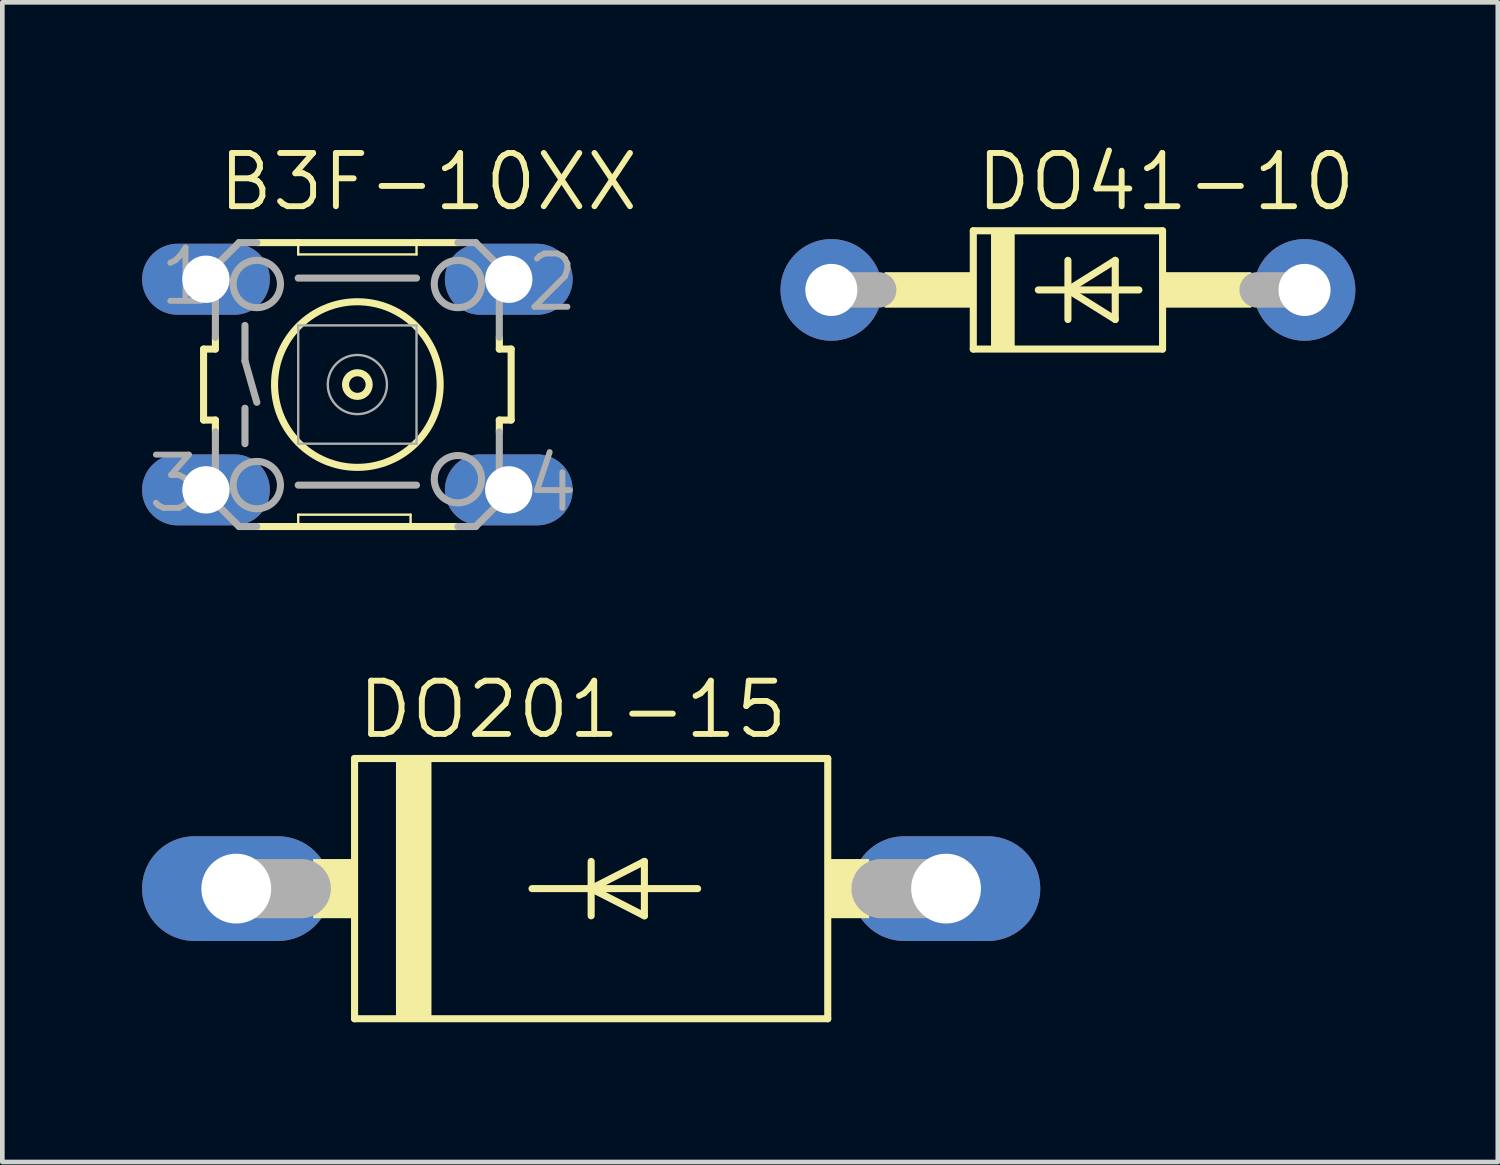
<source format=kicad_pcb>
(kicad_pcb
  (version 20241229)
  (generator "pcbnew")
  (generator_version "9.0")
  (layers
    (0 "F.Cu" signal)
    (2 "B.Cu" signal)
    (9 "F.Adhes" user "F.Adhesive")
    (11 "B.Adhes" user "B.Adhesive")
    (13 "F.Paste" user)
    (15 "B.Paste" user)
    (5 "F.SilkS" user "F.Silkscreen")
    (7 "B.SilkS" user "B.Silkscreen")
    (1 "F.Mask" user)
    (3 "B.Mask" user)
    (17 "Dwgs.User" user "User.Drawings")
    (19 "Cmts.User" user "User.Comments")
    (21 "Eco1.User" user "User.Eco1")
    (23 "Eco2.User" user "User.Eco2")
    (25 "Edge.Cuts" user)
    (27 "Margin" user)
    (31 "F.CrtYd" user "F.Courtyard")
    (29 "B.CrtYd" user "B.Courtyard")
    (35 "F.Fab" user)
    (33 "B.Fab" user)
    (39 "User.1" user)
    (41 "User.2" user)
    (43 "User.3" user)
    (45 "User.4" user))
  (footprint "DO41-10"
    (layer "F.Cu")
    (at 19.88 3.175)
    (property "Reference" "DO41-10" (at -2.032 -1.651 0) (layer "F.SilkS") (effects (font (size 1.143 1.143) (thickness 0.127)) (justify left bottom)))
    (fp_line (start -2.032 -1.27) (end -2.032 1.27) (stroke (width 0.152) (type solid)) (layer "F.SilkS"))
    (fp_line (start -2.032 -1.27) (end 2.032 -1.27) (stroke (width 0.152) (type solid)) (layer "F.SilkS"))
    (fp_line (start -0.635 0) (end 0 0) (stroke (width 0.152) (type solid)) (layer "F.SilkS"))
    (fp_line (start 0 -0.635) (end 0 0) (stroke (width 0.152) (type solid)) (layer "F.SilkS"))
    (fp_line (start 0 0) (end 0 0.635) (stroke (width 0.152) (type solid)) (layer "F.SilkS"))
    (fp_line (start 0 0) (end 1.016 -0.635) (stroke (width 0.152) (type solid)) (layer "F.SilkS"))
    (fp_line (start 0 0) (end 1.524 0) (stroke (width 0.152) (type solid)) (layer "F.SilkS"))
    (fp_line (start 1.016 -0.635) (end 1.016 0.635) (stroke (width 0.152) (type solid)) (layer "F.SilkS"))
    (fp_line (start 1.016 0.635) (end 0 0) (stroke (width 0.152) (type solid)) (layer "F.SilkS"))
    (fp_line (start 2.032 1.27) (end -2.032 1.27) (stroke (width 0.152) (type solid)) (layer "F.SilkS"))
    (fp_line (start 2.032 1.27) (end 2.032 -1.27) (stroke (width 0.152) (type solid)) (layer "F.SilkS"))
    (fp_poly (pts (xy -3.937 0.381) (xy -2.032 0.381) (xy -2.032 -0.381) (xy -3.937 -0.381)) (stroke (width 0) (type default)) (fill yes) (layer "F.SilkS"))
    (fp_poly (pts (xy -1.651 1.27) (xy -1.143 1.27) (xy -1.143 -1.27) (xy -1.651 -1.27)) (stroke (width 0) (type default)) (fill yes) (layer "F.SilkS"))
    (fp_poly (pts (xy 2.032 0.381) (xy 3.937 0.381) (xy 3.937 -0.381) (xy 2.032 -0.381)) (stroke (width 0) (type default)) (fill yes) (layer "F.SilkS"))
    (fp_line (start -5.08 0) (end -4.064 0) (stroke (width 0.762) (type solid)) (layer "F.Fab"))
    (fp_line (start 5.08 0) (end 4.064 0) (stroke (width 0.762) (type solid)) (layer "F.Fab"))
    (pad "A" thru_hole circle (at 5.08 0) (size 2.184 2.184) (drill 1.118) (layers "*.Cu" "*.Mask"))
    (pad "C" thru_hole circle (at -5.08 0) (size 2.184 2.184) (drill 1.118) (layers "*.Cu" "*.Mask")))
  (footprint "DO201-15"
    (layer "F.Cu")
    (at 9.643 16.03)
    (property "Reference" "DO201-15" (at -5.08 -3.175 0) (layer "F.SilkS") (effects (font (size 1.143 1.143) (thickness 0.127)) (justify left bottom)))
    (fp_line (start -5.08 -2.794) (end 5.08 -2.794) (stroke (width 0.152) (type solid)) (layer "F.SilkS"))
    (fp_line (start -5.08 2.794) (end -5.08 -2.794) (stroke (width 0.152) (type solid)) (layer "F.SilkS"))
    (fp_line (start -1.27 0) (end 0 0) (stroke (width 0.152) (type solid)) (layer "F.SilkS"))
    (fp_line (start 0 -0.584) (end 0 0) (stroke (width 0.152) (type solid)) (layer "F.SilkS"))
    (fp_line (start 0 0) (end 0 0.584) (stroke (width 0.152) (type solid)) (layer "F.SilkS"))
    (fp_line (start 0 0) (end 1.143 -0.584) (stroke (width 0.152) (type solid)) (layer "F.SilkS"))
    (fp_line (start 0 0) (end 2.286 0) (stroke (width 0.152) (type solid)) (layer "F.SilkS"))
    (fp_line (start 1.143 -0.584) (end 1.143 0.584) (stroke (width 0.152) (type solid)) (layer "F.SilkS"))
    (fp_line (start 1.143 0.584) (end 0 0) (stroke (width 0.152) (type solid)) (layer "F.SilkS"))
    (fp_line (start 5.08 -2.794) (end 5.08 2.794) (stroke (width 0.152) (type solid)) (layer "F.SilkS"))
    (fp_line (start 5.08 2.794) (end -5.08 2.794) (stroke (width 0.152) (type solid)) (layer "F.SilkS"))
    (fp_poly (pts (xy -5.969 0.635) (xy -5.08 0.635) (xy -5.08 -0.635) (xy -5.969 -0.635)) (stroke (width 0) (type default)) (fill yes) (layer "F.SilkS"))
    (fp_poly (pts (xy -4.191 2.794) (xy -3.429 2.794) (xy -3.429 -2.794) (xy -4.191 -2.794)) (stroke (width 0) (type default)) (fill yes) (layer "F.SilkS"))
    (fp_poly (pts (xy 5.08 0.635) (xy 5.969 0.635) (xy 5.969 -0.635) (xy 5.08 -0.635)) (stroke (width 0) (type default)) (fill yes) (layer "F.SilkS"))
    (fp_line (start -7.62 0) (end -6.223 0) (stroke (width 1.27) (type solid)) (layer "F.Fab"))
    (fp_line (start 7.62 0) (end 6.223 0) (stroke (width 1.27) (type solid)) (layer "F.Fab"))
    (pad "A" thru_hole oval (at 7.62 0) (size 4.046 2.248) (drill 1.499) (layers "*.Cu" "*.Mask"))
    (pad "C" thru_hole oval (at -7.62 0) (size 4.046 2.248) (drill 1.499) (layers "*.Cu" "*.Mask")))
  (footprint "B3F-10XX"
    (layer "F.Cu")
    (at 4.623 5.207)
    (property "Reference" "B3F-10XX" (at -3.048 -3.683 0) (layer "F.SilkS") (effects (font (size 1.143 1.143) (thickness 0.127)) (justify left bottom)))
    (fp_line (start -3.302 -0.762) (end -3.302 0.762) (stroke (width 0.152) (type solid)) (layer "F.SilkS"))
    (fp_line (start -3.302 -0.762) (end -3.048 -0.762) (stroke (width 0.152) (type solid)) (layer "F.SilkS"))
    (fp_line (start -3.048 -0.762) (end -3.048 -1.016) (stroke (width 0.152) (type solid)) (layer "F.SilkS"))
    (fp_line (start -3.048 0.762) (end -3.302 0.762) (stroke (width 0.152) (type solid)) (layer "F.SilkS"))
    (fp_line (start -3.048 0.762) (end -3.048 1.016) (stroke (width 0.152) (type solid)) (layer "F.SilkS"))
    (fp_line (start -2.159 3.048) (end -1.27 3.048) (stroke (width 0.152) (type solid)) (layer "F.SilkS"))
    (fp_line (start -1.27 -3.048) (end -2.159 -3.048) (stroke (width 0.152) (type solid)) (layer "F.SilkS"))
    (fp_line (start -1.27 -3.048) (end -1.27 -2.794) (stroke (width 0.051) (type solid)) (layer "F.SilkS"))
    (fp_line (start -1.27 2.794) (end -1.27 3.048) (stroke (width 0.051) (type solid)) (layer "F.SilkS"))
    (fp_line (start -1.27 3.048) (end 1.143 3.048) (stroke (width 0.152) (type solid)) (layer "F.SilkS"))
    (fp_line (start 1.143 2.794) (end -1.27 2.794) (stroke (width 0.051) (type solid)) (layer "F.SilkS"))
    (fp_line (start 1.143 2.794) (end 1.143 3.048) (stroke (width 0.051) (type solid)) (layer "F.SilkS"))
    (fp_line (start 1.143 3.048) (end 2.159 3.048) (stroke (width 0.152) (type solid)) (layer "F.SilkS"))
    (fp_line (start 1.27 -3.048) (end -1.27 -3.048) (stroke (width 0.152) (type solid)) (layer "F.SilkS"))
    (fp_line (start 1.27 -2.794) (end -1.27 -2.794) (stroke (width 0.051) (type solid)) (layer "F.SilkS"))
    (fp_line (start 1.27 -2.794) (end 1.27 -3.048) (stroke (width 0.051) (type solid)) (layer "F.SilkS"))
    (fp_line (start 2.159 -3.048) (end 1.27 -3.048) (stroke (width 0.152) (type solid)) (layer "F.SilkS"))
    (fp_line (start 3.048 -0.762) (end 3.048 -1.016) (stroke (width 0.152) (type solid)) (layer "F.SilkS"))
    (fp_line (start 3.048 -0.762) (end 3.302 -0.762) (stroke (width 0.152) (type solid)) (layer "F.SilkS"))
    (fp_line (start 3.048 0.762) (end 3.048 1.016) (stroke (width 0.152) (type solid)) (layer "F.SilkS"))
    (fp_line (start 3.302 0.762) (end 3.048 0.762) (stroke (width 0.152) (type solid)) (layer "F.SilkS"))
    (fp_line (start 3.302 0.762) (end 3.302 -0.762) (stroke (width 0.152) (type solid)) (layer "F.SilkS"))
    (fp_circle (center 0 0) (end 0.254 0) (stroke (width 0.152) (type solid)) (fill no) (layer "F.SilkS"))
    (fp_circle (center 0 0) (end 1.778 0) (stroke (width 0.152) (type solid)) (fill no) (layer "F.SilkS"))
    (fp_line (start -3.048 -2.54) (end -3.048 -1.016) (stroke (width 0.152) (type solid)) (layer "F.Fab"))
    (fp_line (start -3.048 2.54) (end -3.048 1.016) (stroke (width 0.152) (type solid)) (layer "F.Fab"))
    (fp_line (start -2.54 -3.048) (end -3.048 -2.54) (stroke (width 0.152) (type solid)) (layer "F.Fab"))
    (fp_line (start -2.54 -3.048) (end -2.159 -3.048) (stroke (width 0.152) (type solid)) (layer "F.Fab"))
    (fp_line (start -2.54 3.048) (end -3.048 2.54) (stroke (width 0.152) (type solid)) (layer "F.Fab"))
    (fp_line (start -2.54 3.048) (end -2.159 3.048) (stroke (width 0.152) (type solid)) (layer "F.Fab"))
    (fp_line (start -2.413 -1.27) (end -2.413 -0.508) (stroke (width 0.152) (type solid)) (layer "F.Fab"))
    (fp_line (start -2.413 -0.508) (end -2.159 0.381) (stroke (width 0.152) (type solid)) (layer "F.Fab"))
    (fp_line (start -2.413 0.508) (end -2.413 1.27) (stroke (width 0.152) (type solid)) (layer "F.Fab"))
    (fp_line (start -1.27 -1.27) (end -1.27 1.27) (stroke (width 0.051) (type solid)) (layer "F.Fab"))
    (fp_line (start -1.27 -1.27) (end 1.27 -1.27) (stroke (width 0.051) (type solid)) (layer "F.Fab"))
    (fp_line (start -1.27 2.159) (end 1.27 2.159) (stroke (width 0.152) (type solid)) (layer "F.Fab"))
    (fp_line (start 1.27 -2.286) (end -1.27 -2.286) (stroke (width 0.152) (type solid)) (layer "F.Fab"))
    (fp_line (start 1.27 1.27) (end -1.27 1.27) (stroke (width 0.051) (type solid)) (layer "F.Fab"))
    (fp_line (start 1.27 1.27) (end 1.27 -1.27) (stroke (width 0.051) (type solid)) (layer "F.Fab"))
    (fp_line (start 2.54 -3.048) (end 2.159 -3.048) (stroke (width 0.152) (type solid)) (layer "F.Fab"))
    (fp_line (start 2.54 3.048) (end 2.159 3.048) (stroke (width 0.152) (type solid)) (layer "F.Fab"))
    (fp_line (start 2.54 3.048) (end 3.048 2.54) (stroke (width 0.152) (type solid)) (layer "F.Fab"))
    (fp_line (start 3.048 -2.54) (end 2.54 -3.048) (stroke (width 0.152) (type solid)) (layer "F.Fab"))
    (fp_line (start 3.048 -1.016) (end 3.048 -2.54) (stroke (width 0.152) (type solid)) (layer "F.Fab"))
    (fp_line (start 3.048 2.54) (end 3.048 1.016) (stroke (width 0.152) (type solid)) (layer "F.Fab"))
    (fp_circle (center -2.159 -2.159) (end -1.651 -2.159) (stroke (width 0.152) (type solid)) (fill no) (layer "F.Fab"))
    (fp_circle (center -2.159 2.159) (end -1.651 2.159) (stroke (width 0.152) (type solid)) (fill no) (layer "F.Fab"))
    (fp_circle (center 0 0) (end 0.635 0) (stroke (width 0.051) (type solid)) (fill no) (layer "F.Fab"))
    (fp_circle (center 2.159 -2.159) (end 2.667 -2.159) (stroke (width 0.152) (type solid)) (fill no) (layer "F.Fab"))
    (fp_circle (center 2.159 2.032) (end 2.667 2.032) (stroke (width 0.152) (type solid)) (fill no) (layer "F.Fab"))
    (fp_text user "4" (at 3.556 2.794 0) (layer "F.Fab") (effects (font (size 1.143 1.143) (thickness 0.127)) (justify left bottom)))
    (fp_text user "3" (at -4.572 2.794 0) (layer "F.Fab") (effects (font (size 1.143 1.143) (thickness 0.127)) (justify left bottom)))
    (fp_text user "2" (at 3.556 -1.524 0) (layer "F.Fab") (effects (font (size 1.143 1.143) (thickness 0.127)) (justify left bottom)))
    (fp_text user "1" (at -4.318 -1.651 0) (layer "F.Fab") (effects (font (size 1.143 1.143) (thickness 0.127)) (justify left bottom)))
    (pad "1" thru_hole oval (at -3.251 -2.261) (size 2.743 1.524) (drill 1.016) (layers "*.Cu" "*.Mask"))
    (pad "2" thru_hole oval (at 3.251 -2.261) (size 2.743 1.524) (drill 1.016) (layers "*.Cu" "*.Mask"))
    (pad "3" thru_hole oval (at -3.251 2.261) (size 2.743 1.524) (drill 1.016) (layers "*.Cu" "*.Mask"))
    (pad "4" thru_hole oval (at 3.251 2.261) (size 2.743 1.524) (drill 1.016) (layers "*.Cu" "*.Mask")))
  (gr_rect
    (start -3 -3)
    (end 29.11 21.9)
    (stroke (width 0.1) (type default))
    (fill no)
    (layer "Edge.Cuts")))
</source>
